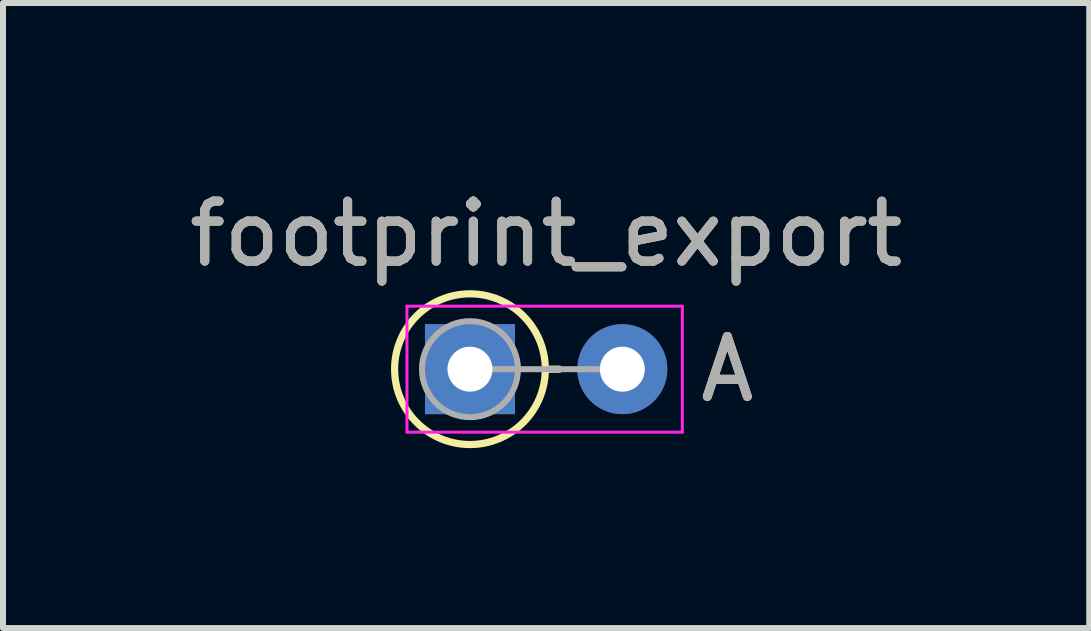
<source format=kicad_pcb>
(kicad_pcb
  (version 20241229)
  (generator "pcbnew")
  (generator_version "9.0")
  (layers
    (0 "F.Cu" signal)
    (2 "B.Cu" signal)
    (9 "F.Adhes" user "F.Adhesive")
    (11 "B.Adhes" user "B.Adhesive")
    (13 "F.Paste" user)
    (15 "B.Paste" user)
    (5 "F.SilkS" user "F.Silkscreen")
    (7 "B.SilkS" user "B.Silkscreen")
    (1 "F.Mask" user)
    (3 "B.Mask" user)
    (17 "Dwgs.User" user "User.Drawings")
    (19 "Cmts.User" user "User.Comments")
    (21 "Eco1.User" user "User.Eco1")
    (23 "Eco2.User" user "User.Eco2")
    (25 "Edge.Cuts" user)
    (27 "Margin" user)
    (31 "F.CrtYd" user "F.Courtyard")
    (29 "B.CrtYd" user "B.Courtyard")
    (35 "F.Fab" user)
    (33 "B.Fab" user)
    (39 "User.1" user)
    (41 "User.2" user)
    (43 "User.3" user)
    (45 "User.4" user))
  (footprint "footprint_export"
    (layer "F.Cu")
    (at 4.784 3.104)
    (property "Reference" "footprint_export" (at 1.27 -2.256 0) (layer "F.SilkS") (effects (font (size 1 1) (thickness 0.15))))
    (attr through_hole)
    (fp_line (start 1.256 0) (end 1.49 0) (stroke (width 0.12) (type solid)) (layer "F.SilkS"))
    (fp_circle (center 0 0) (end 1.256 0) (stroke (width 0.12) (type solid)) (fill no) (layer "F.SilkS"))
    (fp_line (start -1.05 -1.05) (end -1.05 1.05) (stroke (width 0.05) (type solid)) (layer "F.CrtYd"))
    (fp_line (start -1.05 1.05) (end 3.54 1.05) (stroke (width 0.05) (type solid)) (layer "F.CrtYd"))
    (fp_line (start 3.54 -1.05) (end -1.05 -1.05) (stroke (width 0.05) (type solid)) (layer "F.CrtYd"))
    (fp_line (start 3.54 1.05) (end 3.54 -1.05) (stroke (width 0.05) (type solid)) (layer "F.CrtYd"))
    (fp_line (start 0 0) (end 2.54 0) (stroke (width 0.1) (type solid)) (layer "F.Fab"))
    (fp_circle (center 0 0) (end 0.8 0) (stroke (width 0.1) (type solid)) (fill no) (layer "F.Fab"))
    (fp_text user "A" (at 4.29 0 0) (layer "F.SilkS") (effects (font (size 1 1) (thickness 0.15))))
    (fp_text user "${REFERENCE}" (at 1.27 -2.256 0) (layer "F.Fab") (effects (font (size 1 1) (thickness 0.15))))
    (fp_text user "A" (at 4.29 0 0) (layer "F.Fab") (effects (font (size 1 1) (thickness 0.15))))
    (pad "1" thru_hole rect (at 0 0) (size 1.5 1.5) (drill 0.75) (layers "*.Cu" "*.Mask"))
    (pad "2" thru_hole oval (at 2.54 0) (size 1.5 1.5) (drill 0.75) (layers "*.Cu" "*.Mask")))
  (gr_rect
    (start -3 -3)
    (end 15.107 7.42)
    (stroke (width 0.1) (type default))
    (fill no)
    (layer "Edge.Cuts")))
</source>
